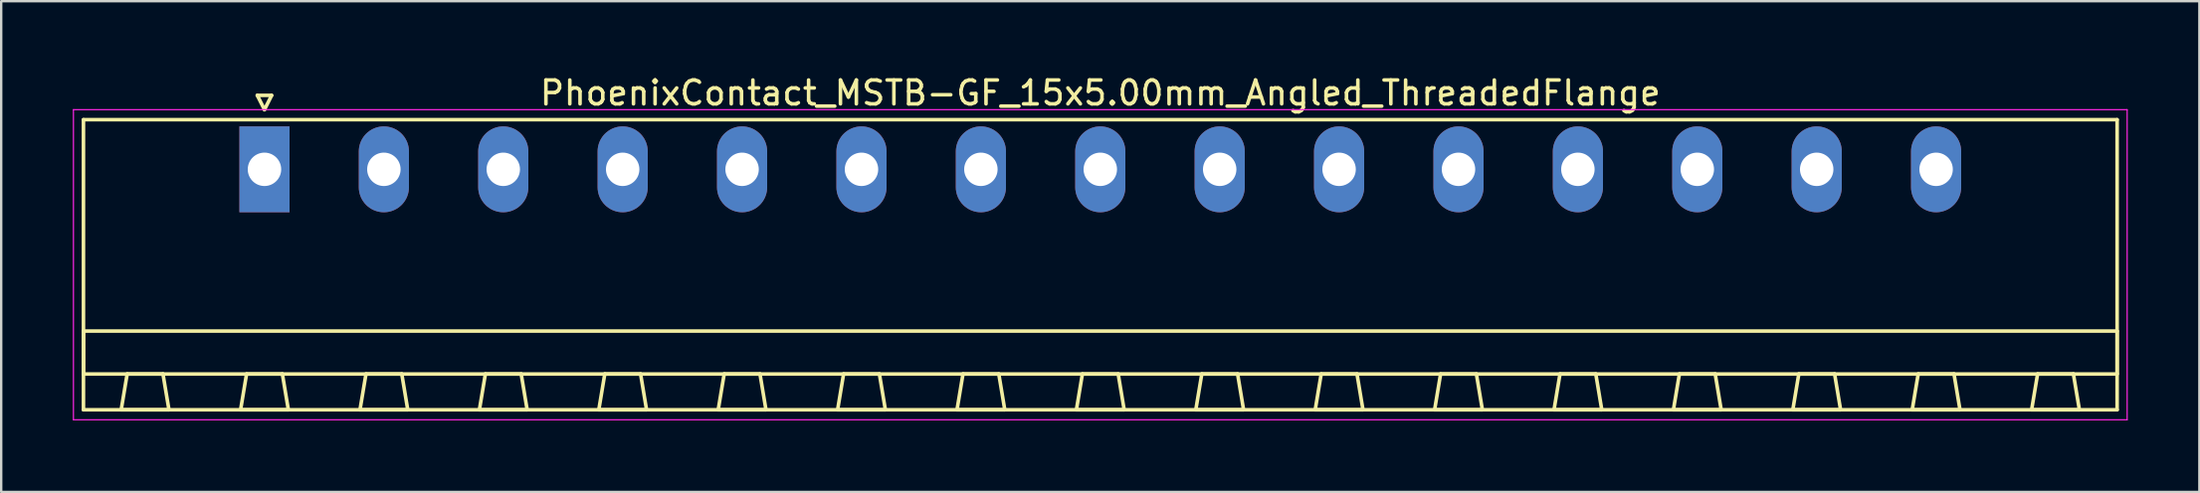
<source format=kicad_pcb>
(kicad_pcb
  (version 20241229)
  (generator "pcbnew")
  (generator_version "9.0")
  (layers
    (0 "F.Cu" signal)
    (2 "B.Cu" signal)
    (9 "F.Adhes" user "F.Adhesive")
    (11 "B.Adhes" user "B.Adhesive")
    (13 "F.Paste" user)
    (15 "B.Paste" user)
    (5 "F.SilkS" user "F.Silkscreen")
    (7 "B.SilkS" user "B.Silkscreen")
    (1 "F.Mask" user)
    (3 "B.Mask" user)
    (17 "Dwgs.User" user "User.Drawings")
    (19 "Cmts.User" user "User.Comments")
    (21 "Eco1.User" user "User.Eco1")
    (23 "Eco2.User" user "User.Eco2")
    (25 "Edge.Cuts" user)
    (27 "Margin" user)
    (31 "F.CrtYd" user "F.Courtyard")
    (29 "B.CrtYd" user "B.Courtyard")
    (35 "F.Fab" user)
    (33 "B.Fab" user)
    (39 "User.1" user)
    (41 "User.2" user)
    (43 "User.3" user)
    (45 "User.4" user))
  (footprint "PhoenixContact_MSTB-GF_15x5.00mm_Angled_ThreadedFlange"
    (layer "F.Cu")
    (at 8.025 4.048)
    (property "Reference" "PhoenixContact_MSTB-GF_15x5.00mm_Angled_ThreadedFlange" (at 35 -3.2 0) (layer "F.SilkS") (effects (font (size 1 1) (thickness 0.15))))
    (attr through_hole)
    (fp_line (start -7.58 -2.08) (end -7.58 10.08) (stroke (width 0.15) (type solid)) (layer "F.SilkS"))
    (fp_line (start -7.58 6.78) (end 77.58 6.78) (stroke (width 0.15) (type solid)) (layer "F.SilkS"))
    (fp_line (start -7.58 8.58) (end -7.58 6.78) (stroke (width 0.15) (type solid)) (layer "F.SilkS"))
    (fp_line (start -7.58 10.08) (end 77.58 10.08) (stroke (width 0.15) (type solid)) (layer "F.SilkS"))
    (fp_line (start -6 10.08) (end -4 10.08) (stroke (width 0.15) (type solid)) (layer "F.SilkS"))
    (fp_line (start -5.75 8.58) (end -6 10.08) (stroke (width 0.15) (type solid)) (layer "F.SilkS"))
    (fp_line (start -4.25 8.58) (end -5.75 8.58) (stroke (width 0.15) (type solid)) (layer "F.SilkS"))
    (fp_line (start -4 10.08) (end -4.25 8.58) (stroke (width 0.15) (type solid)) (layer "F.SilkS"))
    (fp_line (start -1 10.08) (end 1 10.08) (stroke (width 0.15) (type solid)) (layer "F.SilkS"))
    (fp_line (start -0.75 8.58) (end -1 10.08) (stroke (width 0.15) (type solid)) (layer "F.SilkS"))
    (fp_line (start -0.3 -3.1) (end 0 -2.5) (stroke (width 0.15) (type solid)) (layer "F.SilkS"))
    (fp_line (start 0 -2.5) (end 0.3 -3.1) (stroke (width 0.15) (type solid)) (layer "F.SilkS"))
    (fp_line (start 0.3 -3.1) (end -0.3 -3.1) (stroke (width 0.15) (type solid)) (layer "F.SilkS"))
    (fp_line (start 0.75 8.58) (end -0.75 8.58) (stroke (width 0.15) (type solid)) (layer "F.SilkS"))
    (fp_line (start 1 10.08) (end 0.75 8.58) (stroke (width 0.15) (type solid)) (layer "F.SilkS"))
    (fp_line (start 4 10.08) (end 6 10.08) (stroke (width 0.15) (type solid)) (layer "F.SilkS"))
    (fp_line (start 4.25 8.58) (end 4 10.08) (stroke (width 0.15) (type solid)) (layer "F.SilkS"))
    (fp_line (start 5.75 8.58) (end 4.25 8.58) (stroke (width 0.15) (type solid)) (layer "F.SilkS"))
    (fp_line (start 6 10.08) (end 5.75 8.58) (stroke (width 0.15) (type solid)) (layer "F.SilkS"))
    (fp_line (start 9 10.08) (end 11 10.08) (stroke (width 0.15) (type solid)) (layer "F.SilkS"))
    (fp_line (start 9.25 8.58) (end 9 10.08) (stroke (width 0.15) (type solid)) (layer "F.SilkS"))
    (fp_line (start 10.75 8.58) (end 9.25 8.58) (stroke (width 0.15) (type solid)) (layer "F.SilkS"))
    (fp_line (start 11 10.08) (end 10.75 8.58) (stroke (width 0.15) (type solid)) (layer "F.SilkS"))
    (fp_line (start 14 10.08) (end 16 10.08) (stroke (width 0.15) (type solid)) (layer "F.SilkS"))
    (fp_line (start 14.25 8.58) (end 14 10.08) (stroke (width 0.15) (type solid)) (layer "F.SilkS"))
    (fp_line (start 15.75 8.58) (end 14.25 8.58) (stroke (width 0.15) (type solid)) (layer "F.SilkS"))
    (fp_line (start 16 10.08) (end 15.75 8.58) (stroke (width 0.15) (type solid)) (layer "F.SilkS"))
    (fp_line (start 19 10.08) (end 21 10.08) (stroke (width 0.15) (type solid)) (layer "F.SilkS"))
    (fp_line (start 19.25 8.58) (end 19 10.08) (stroke (width 0.15) (type solid)) (layer "F.SilkS"))
    (fp_line (start 20.75 8.58) (end 19.25 8.58) (stroke (width 0.15) (type solid)) (layer "F.SilkS"))
    (fp_line (start 21 10.08) (end 20.75 8.58) (stroke (width 0.15) (type solid)) (layer "F.SilkS"))
    (fp_line (start 24 10.08) (end 26 10.08) (stroke (width 0.15) (type solid)) (layer "F.SilkS"))
    (fp_line (start 24.25 8.58) (end 24 10.08) (stroke (width 0.15) (type solid)) (layer "F.SilkS"))
    (fp_line (start 25.75 8.58) (end 24.25 8.58) (stroke (width 0.15) (type solid)) (layer "F.SilkS"))
    (fp_line (start 26 10.08) (end 25.75 8.58) (stroke (width 0.15) (type solid)) (layer "F.SilkS"))
    (fp_line (start 29 10.08) (end 31 10.08) (stroke (width 0.15) (type solid)) (layer "F.SilkS"))
    (fp_line (start 29.25 8.58) (end 29 10.08) (stroke (width 0.15) (type solid)) (layer "F.SilkS"))
    (fp_line (start 30.75 8.58) (end 29.25 8.58) (stroke (width 0.15) (type solid)) (layer "F.SilkS"))
    (fp_line (start 31 10.08) (end 30.75 8.58) (stroke (width 0.15) (type solid)) (layer "F.SilkS"))
    (fp_line (start 34 10.08) (end 36 10.08) (stroke (width 0.15) (type solid)) (layer "F.SilkS"))
    (fp_line (start 34.25 8.58) (end 34 10.08) (stroke (width 0.15) (type solid)) (layer "F.SilkS"))
    (fp_line (start 35.75 8.58) (end 34.25 8.58) (stroke (width 0.15) (type solid)) (layer "F.SilkS"))
    (fp_line (start 36 10.08) (end 35.75 8.58) (stroke (width 0.15) (type solid)) (layer "F.SilkS"))
    (fp_line (start 39 10.08) (end 41 10.08) (stroke (width 0.15) (type solid)) (layer "F.SilkS"))
    (fp_line (start 39.25 8.58) (end 39 10.08) (stroke (width 0.15) (type solid)) (layer "F.SilkS"))
    (fp_line (start 40.75 8.58) (end 39.25 8.58) (stroke (width 0.15) (type solid)) (layer "F.SilkS"))
    (fp_line (start 41 10.08) (end 40.75 8.58) (stroke (width 0.15) (type solid)) (layer "F.SilkS"))
    (fp_line (start 44 10.08) (end 46 10.08) (stroke (width 0.15) (type solid)) (layer "F.SilkS"))
    (fp_line (start 44.25 8.58) (end 44 10.08) (stroke (width 0.15) (type solid)) (layer "F.SilkS"))
    (fp_line (start 45.75 8.58) (end 44.25 8.58) (stroke (width 0.15) (type solid)) (layer "F.SilkS"))
    (fp_line (start 46 10.08) (end 45.75 8.58) (stroke (width 0.15) (type solid)) (layer "F.SilkS"))
    (fp_line (start 49 10.08) (end 51 10.08) (stroke (width 0.15) (type solid)) (layer "F.SilkS"))
    (fp_line (start 49.25 8.58) (end 49 10.08) (stroke (width 0.15) (type solid)) (layer "F.SilkS"))
    (fp_line (start 50.75 8.58) (end 49.25 8.58) (stroke (width 0.15) (type solid)) (layer "F.SilkS"))
    (fp_line (start 51 10.08) (end 50.75 8.58) (stroke (width 0.15) (type solid)) (layer "F.SilkS"))
    (fp_line (start 54 10.08) (end 56 10.08) (stroke (width 0.15) (type solid)) (layer "F.SilkS"))
    (fp_line (start 54.25 8.58) (end 54 10.08) (stroke (width 0.15) (type solid)) (layer "F.SilkS"))
    (fp_line (start 55.75 8.58) (end 54.25 8.58) (stroke (width 0.15) (type solid)) (layer "F.SilkS"))
    (fp_line (start 56 10.08) (end 55.75 8.58) (stroke (width 0.15) (type solid)) (layer "F.SilkS"))
    (fp_line (start 59 10.08) (end 61 10.08) (stroke (width 0.15) (type solid)) (layer "F.SilkS"))
    (fp_line (start 59.25 8.58) (end 59 10.08) (stroke (width 0.15) (type solid)) (layer "F.SilkS"))
    (fp_line (start 60.75 8.58) (end 59.25 8.58) (stroke (width 0.15) (type solid)) (layer "F.SilkS"))
    (fp_line (start 61 10.08) (end 60.75 8.58) (stroke (width 0.15) (type solid)) (layer "F.SilkS"))
    (fp_line (start 64 10.08) (end 66 10.08) (stroke (width 0.15) (type solid)) (layer "F.SilkS"))
    (fp_line (start 64.25 8.58) (end 64 10.08) (stroke (width 0.15) (type solid)) (layer "F.SilkS"))
    (fp_line (start 65.75 8.58) (end 64.25 8.58) (stroke (width 0.15) (type solid)) (layer "F.SilkS"))
    (fp_line (start 66 10.08) (end 65.75 8.58) (stroke (width 0.15) (type solid)) (layer "F.SilkS"))
    (fp_line (start 69 10.08) (end 71 10.08) (stroke (width 0.15) (type solid)) (layer "F.SilkS"))
    (fp_line (start 69.25 8.58) (end 69 10.08) (stroke (width 0.15) (type solid)) (layer "F.SilkS"))
    (fp_line (start 70.75 8.58) (end 69.25 8.58) (stroke (width 0.15) (type solid)) (layer "F.SilkS"))
    (fp_line (start 71 10.08) (end 70.75 8.58) (stroke (width 0.15) (type solid)) (layer "F.SilkS"))
    (fp_line (start 74 10.08) (end 76 10.08) (stroke (width 0.15) (type solid)) (layer "F.SilkS"))
    (fp_line (start 74.25 8.58) (end 74 10.08) (stroke (width 0.15) (type solid)) (layer "F.SilkS"))
    (fp_line (start 75.75 8.58) (end 74.25 8.58) (stroke (width 0.15) (type solid)) (layer "F.SilkS"))
    (fp_line (start 76 10.08) (end 75.75 8.58) (stroke (width 0.15) (type solid)) (layer "F.SilkS"))
    (fp_line (start 77.58 -2.08) (end -7.58 -2.08) (stroke (width 0.15) (type solid)) (layer "F.SilkS"))
    (fp_line (start 77.58 6.78) (end 77.58 8.58) (stroke (width 0.15) (type solid)) (layer "F.SilkS"))
    (fp_line (start 77.58 8.58) (end -7.58 8.58) (stroke (width 0.15) (type solid)) (layer "F.SilkS"))
    (fp_line (start 77.58 10.08) (end 77.58 -2.08) (stroke (width 0.15) (type solid)) (layer "F.SilkS"))
    (fp_line (start -8 -2.5) (end -8 10.5) (stroke (width 0.05) (type solid)) (layer "F.CrtYd"))
    (fp_line (start -8 10.5) (end 78 10.5) (stroke (width 0.05) (type solid)) (layer "F.CrtYd"))
    (fp_line (start 78 -2.5) (end -8 -2.5) (stroke (width 0.05) (type solid)) (layer "F.CrtYd"))
    (fp_line (start 78 10.5) (end 78 -2.5) (stroke (width 0.05) (type solid)) (layer "F.CrtYd"))
    (pad "1" thru_hole rect (at 0 0) (size 2.1 3.6) (drill 1.4) (layers "*.Cu" "*.Mask"))
    (pad "2" thru_hole oval (at 5 0) (size 2.1 3.6) (drill 1.4) (layers "*.Cu" "*.Mask"))
    (pad "3" thru_hole oval (at 10 0) (size 2.1 3.6) (drill 1.4) (layers "*.Cu" "*.Mask"))
    (pad "4" thru_hole oval (at 15 0) (size 2.1 3.6) (drill 1.4) (layers "*.Cu" "*.Mask"))
    (pad "5" thru_hole oval (at 20 0) (size 2.1 3.6) (drill 1.4) (layers "*.Cu" "*.Mask"))
    (pad "6" thru_hole oval (at 25 0) (size 2.1 3.6) (drill 1.4) (layers "*.Cu" "*.Mask"))
    (pad "7" thru_hole oval (at 30 0) (size 2.1 3.6) (drill 1.4) (layers "*.Cu" "*.Mask"))
    (pad "8" thru_hole oval (at 35 0) (size 2.1 3.6) (drill 1.4) (layers "*.Cu" "*.Mask"))
    (pad "9" thru_hole oval (at 40 0) (size 2.1 3.6) (drill 1.4) (layers "*.Cu" "*.Mask"))
    (pad "10" thru_hole oval (at 45 0) (size 2.1 3.6) (drill 1.4) (layers "*.Cu" "*.Mask"))
    (pad "11" thru_hole oval (at 50 0) (size 2.1 3.6) (drill 1.4) (layers "*.Cu" "*.Mask"))
    (pad "12" thru_hole oval (at 55 0) (size 2.1 3.6) (drill 1.4) (layers "*.Cu" "*.Mask"))
    (pad "13" thru_hole oval (at 60 0) (size 2.1 3.6) (drill 1.4) (layers "*.Cu" "*.Mask"))
    (pad "14" thru_hole oval (at 65 0) (size 2.1 3.6) (drill 1.4) (layers "*.Cu" "*.Mask"))
    (pad "15" thru_hole oval (at 70 0) (size 2.1 3.6) (drill 1.4) (layers "*.Cu" "*.Mask")))
  (gr_rect
    (start -3 -3)
    (end 89.05 17.573)
    (stroke (width 0.1) (type default))
    (fill no)
    (layer "Edge.Cuts")))
</source>
